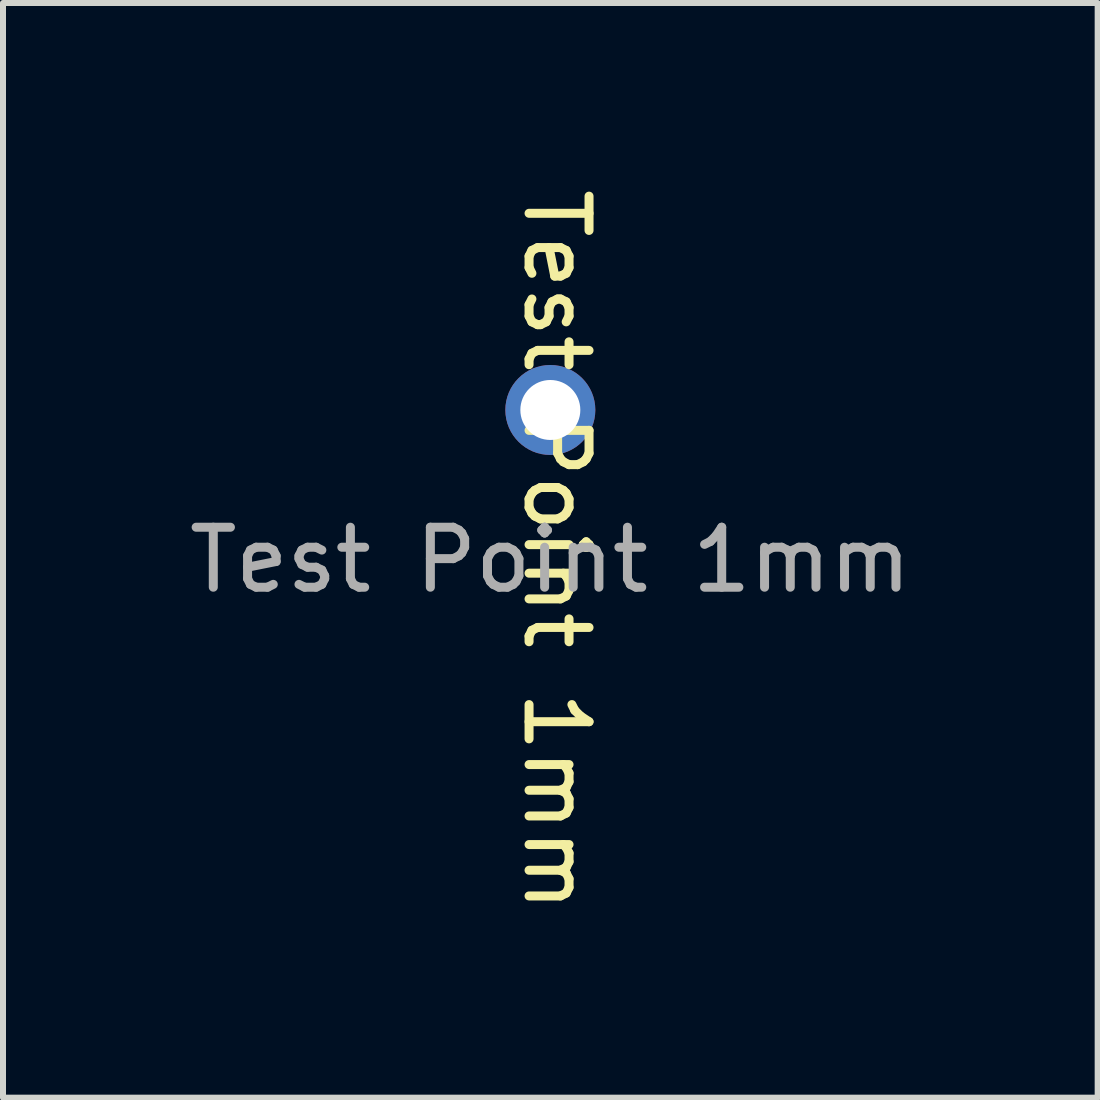
<source format=kicad_pcb>
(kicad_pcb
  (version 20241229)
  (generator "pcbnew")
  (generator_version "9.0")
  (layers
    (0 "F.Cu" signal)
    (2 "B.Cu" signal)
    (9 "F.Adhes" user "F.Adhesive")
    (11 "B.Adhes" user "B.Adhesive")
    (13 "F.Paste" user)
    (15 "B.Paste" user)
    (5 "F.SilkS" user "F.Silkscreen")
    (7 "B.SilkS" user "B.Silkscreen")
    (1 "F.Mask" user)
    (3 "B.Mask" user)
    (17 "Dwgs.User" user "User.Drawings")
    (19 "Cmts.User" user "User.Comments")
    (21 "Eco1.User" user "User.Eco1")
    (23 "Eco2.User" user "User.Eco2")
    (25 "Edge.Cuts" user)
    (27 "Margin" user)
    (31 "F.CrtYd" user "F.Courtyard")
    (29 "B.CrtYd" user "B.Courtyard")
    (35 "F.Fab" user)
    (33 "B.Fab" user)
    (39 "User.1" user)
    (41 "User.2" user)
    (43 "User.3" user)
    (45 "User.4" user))
  (footprint "Test Point 1mm"
    (layer "F.Cu")
    (at 6.125 3.785)
    (property "Reference" "Test Point 1mm" (at 0.1 2.34 270) (unlocked yes) (layer "F.SilkS") (effects (font (size 1 1) (thickness 0.15))))
    (attr through_hole exclude_from_bom)
    (fp_text user "${REFERENCE}" (at 0 2.5 0) (unlocked yes) (layer "F.Fab") (effects (font (size 1 1) (thickness 0.15))))
    (pad "1" thru_hole circle (at 0 0) (size 1.5 1.5) (drill 1) (property pad_prop_testpoint) (layers "*.Cu" "*.Mask")))
  (gr_rect
    (start -3 -3)
    (end 15.25 15.25)
    (stroke (width 0.1) (type default))
    (fill no)
    (layer "Edge.Cuts")))
</source>
